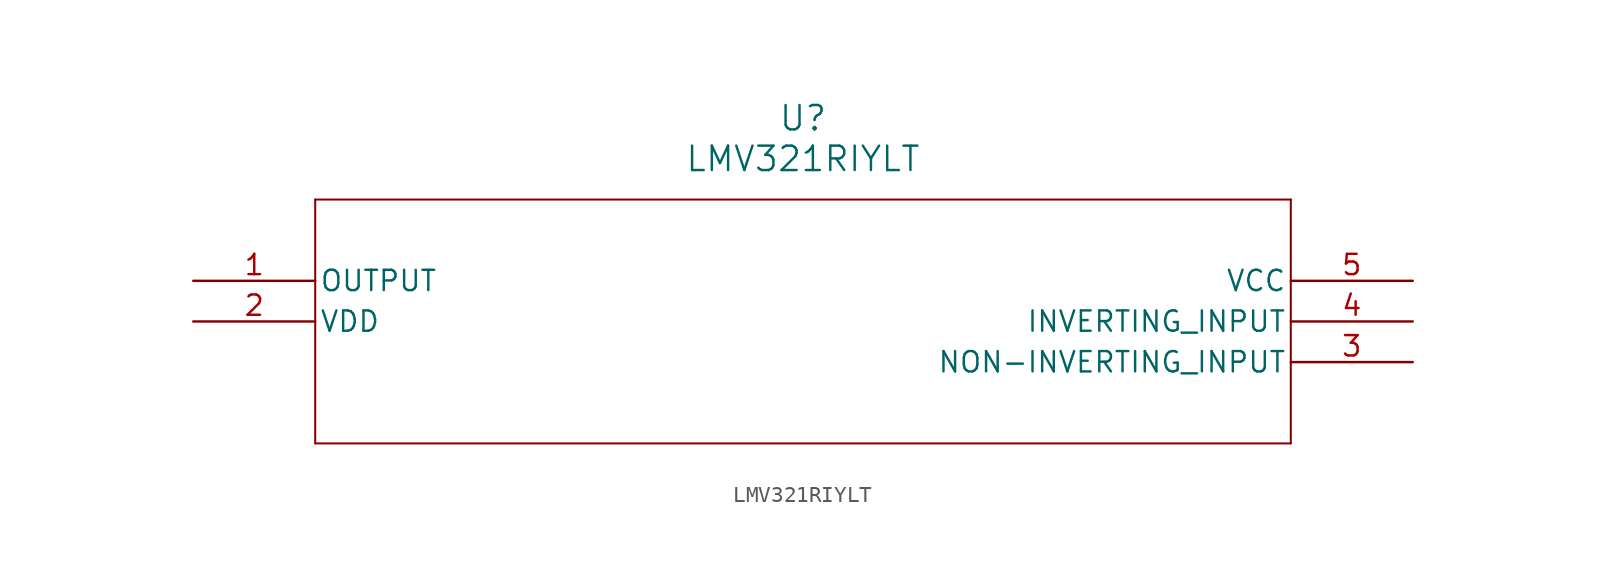
<source format=kicad_sym>
(kicad_symbol_lib
  (version 20211014)
  (generator kicad_symbol_editor)
  (symbol "LMV321RIYLT"
    (pin_names
      (offset 0.254))
    (property "Reference" "U"
      (at 38.1 10.16 0)
      (effects (font (size 1.524 1.524))))
    (property "Value" "LMV321RIYLT"
      (at 38.1 7.62 0)
      (effects (font (size 1.524 1.524))))
    (symbol "LMV321RIYLT_0_1"
      (polyline (pts (xy 7.62 5.08) (xy 7.62 -10.16)) (stroke (width 0.127) (type default) (color 0 0 0 0)) (fill (type none)))
      (polyline (pts (xy 7.62 -10.16) (xy 68.58 -10.16)) (stroke (width 0.127) (type default) (color 0 0 0 0)) (fill (type none)))
      (polyline (pts (xy 68.58 -10.16) (xy 68.58 5.08)) (stroke (width 0.127) (type default) (color 0 0 0 0)) (fill (type none)))
      (polyline (pts (xy 68.58 5.08) (xy 7.62 5.08)) (stroke (width 0.127) (type default) (color 0 0 0 0)) (fill (type none)))
      (pin output line (at 0 0 0) (length 7.62) (name "OUTPUT" (effects (font (size 1.27 1.27)))) (number "1" (effects (font (size 1.27 1.27)))))
      (pin power_in line (at 0 -2.54 0) (length 7.62) (name "VDD" (effects (font (size 1.27 1.27)))) (number "2" (effects (font (size 1.27 1.27)))))
      (pin input line (at 76.2 -5.08 180) (length 7.62) (name "NON-INVERTING_INPUT" (effects (font (size 1.27 1.27)))) (number "3" (effects (font (size 1.27 1.27)))))
      (pin input line (at 76.2 -2.54 180) (length 7.62) (name "INVERTING_INPUT" (effects (font (size 1.27 1.27)))) (number "4" (effects (font (size 1.27 1.27)))))
      (pin power_in line (at 76.2 0 180) (length 7.62) (name "VCC" (effects (font (size 1.27 1.27)))) (number "5" (effects (font (size 1.27 1.27))))))))
</source>
